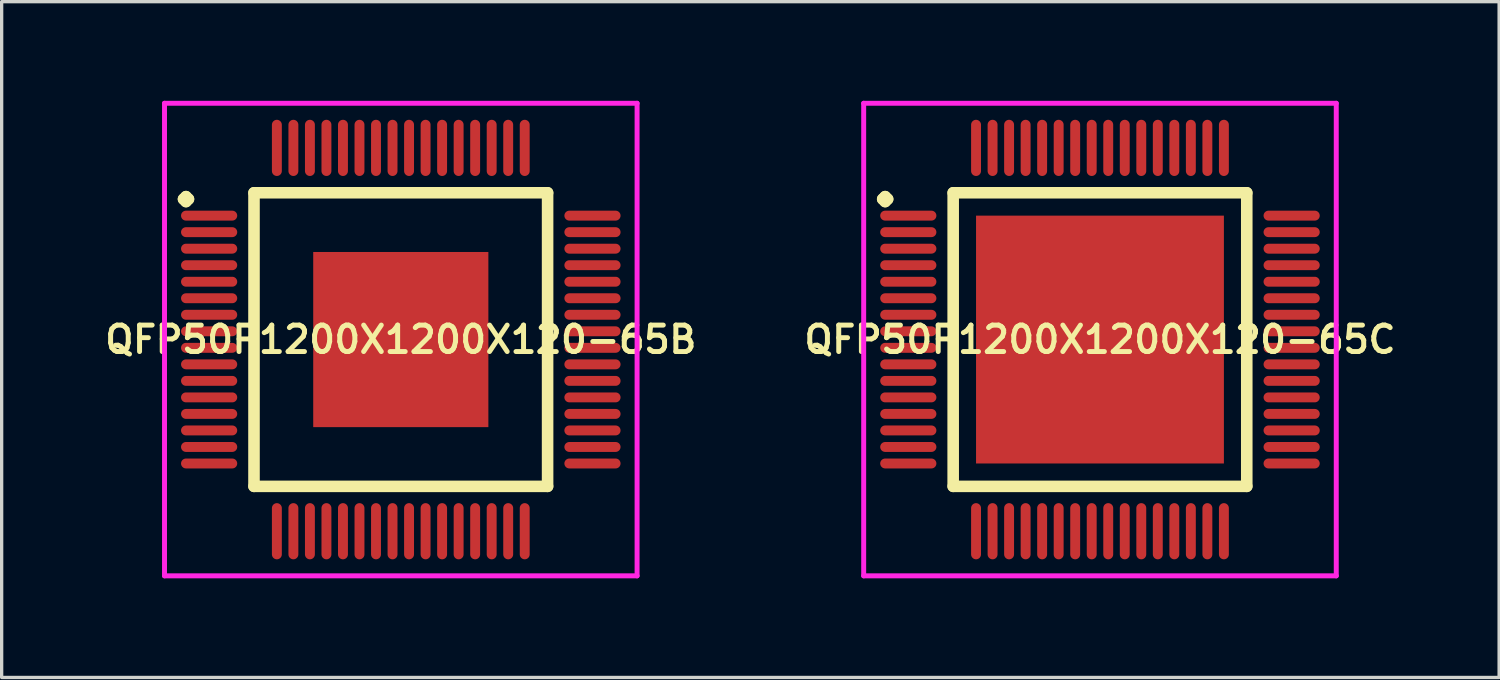
<source format=kicad_pcb>
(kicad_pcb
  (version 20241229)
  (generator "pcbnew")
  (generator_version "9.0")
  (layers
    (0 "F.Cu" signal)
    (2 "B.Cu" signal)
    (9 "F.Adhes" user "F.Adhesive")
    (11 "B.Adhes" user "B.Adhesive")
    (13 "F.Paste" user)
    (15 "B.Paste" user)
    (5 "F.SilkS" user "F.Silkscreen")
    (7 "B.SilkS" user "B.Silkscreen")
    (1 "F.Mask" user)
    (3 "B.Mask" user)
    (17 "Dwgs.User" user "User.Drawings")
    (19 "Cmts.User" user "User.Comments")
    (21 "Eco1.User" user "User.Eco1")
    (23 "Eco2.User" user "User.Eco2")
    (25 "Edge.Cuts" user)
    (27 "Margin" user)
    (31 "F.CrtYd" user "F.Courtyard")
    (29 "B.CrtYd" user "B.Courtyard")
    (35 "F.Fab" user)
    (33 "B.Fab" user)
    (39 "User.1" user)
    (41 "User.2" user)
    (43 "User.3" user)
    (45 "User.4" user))
  (footprint "QFP50P1200X1200X120-65B"
    (layer "F.Cu")
    (at 9.078 7.225)
    (property "Reference" "QFP50P1200X1200X120-65B" (at 0 0 0) (layer "F.SilkS") (effects (font (size 0.8 0.8) (thickness 0.15))))
    (attr smd)
    (fp_line (start -6.575 -4.25) (end -6.5 -4.325) (stroke (width 0.35) (type solid)) (layer "F.SilkS"))
    (fp_line (start -6.5 -4.325) (end -6.425 -4.25) (stroke (width 0.35) (type solid)) (layer "F.SilkS"))
    (fp_line (start -6.5 -4.175) (end -6.575 -4.25) (stroke (width 0.35) (type solid)) (layer "F.SilkS"))
    (fp_line (start -6.425 -4.25) (end -6.5 -4.175) (stroke (width 0.35) (type solid)) (layer "F.SilkS"))
    (fp_line (start -4.442 -4.442) (end -4.442 4.442) (stroke (width 0.35) (type solid)) (layer "F.SilkS"))
    (fp_line (start -4.442 4.442) (end 4.442 4.442) (stroke (width 0.35) (type solid)) (layer "F.SilkS"))
    (fp_line (start 4.442 -4.442) (end -4.442 -4.442) (stroke (width 0.35) (type solid)) (layer "F.SilkS"))
    (fp_line (start 4.442 4.442) (end 4.442 -4.442) (stroke (width 0.35) (type solid)) (layer "F.SilkS"))
    (fp_line (start -7.15 -7.15) (end 7.15 -7.15) (stroke (width 0.15) (type solid)) (layer "F.CrtYd"))
    (fp_line (start -7.15 7.15) (end -7.15 -7.15) (stroke (width 0.15) (type solid)) (layer "F.CrtYd"))
    (fp_line (start 7.15 -7.15) (end 7.15 7.15) (stroke (width 0.15) (type solid)) (layer "F.CrtYd"))
    (fp_line (start 7.15 7.15) (end -7.15 7.15) (stroke (width 0.15) (type solid)) (layer "F.CrtYd"))
    (pad "1" smd oval (at -5.8 -3.75) (size 1.7 0.3) (layers "F.Cu" "F.Mask" "F.Paste"))
    (pad "2" smd oval (at -5.8 -3.25) (size 1.7 0.3) (layers "F.Cu" "F.Mask" "F.Paste"))
    (pad "3" smd oval (at -5.8 -2.75) (size 1.7 0.3) (layers "F.Cu" "F.Mask" "F.Paste"))
    (pad "4" smd oval (at -5.8 -2.25) (size 1.7 0.3) (layers "F.Cu" "F.Mask" "F.Paste"))
    (pad "5" smd oval (at -5.8 -1.75) (size 1.7 0.3) (layers "F.Cu" "F.Mask" "F.Paste"))
    (pad "6" smd oval (at -5.8 -1.25) (size 1.7 0.3) (layers "F.Cu" "F.Mask" "F.Paste"))
    (pad "7" smd oval (at -5.8 -0.75) (size 1.7 0.3) (layers "F.Cu" "F.Mask" "F.Paste"))
    (pad "8" smd oval (at -5.8 -0.25) (size 1.7 0.3) (layers "F.Cu" "F.Mask" "F.Paste"))
    (pad "9" smd oval (at -5.8 0.25) (size 1.7 0.3) (layers "F.Cu" "F.Mask" "F.Paste"))
    (pad "10" smd oval (at -5.8 0.75) (size 1.7 0.3) (layers "F.Cu" "F.Mask" "F.Paste"))
    (pad "11" smd oval (at -5.8 1.25) (size 1.7 0.3) (layers "F.Cu" "F.Mask" "F.Paste"))
    (pad "12" smd oval (at -5.8 1.75) (size 1.7 0.3) (layers "F.Cu" "F.Mask" "F.Paste"))
    (pad "13" smd oval (at -5.8 2.25) (size 1.7 0.3) (layers "F.Cu" "F.Mask" "F.Paste"))
    (pad "14" smd oval (at -5.8 2.75) (size 1.7 0.3) (layers "F.Cu" "F.Mask" "F.Paste"))
    (pad "15" smd oval (at -5.8 3.25) (size 1.7 0.3) (layers "F.Cu" "F.Mask" "F.Paste"))
    (pad "16" smd oval (at -5.8 3.75) (size 1.7 0.3) (layers "F.Cu" "F.Mask" "F.Paste"))
    (pad "17" smd oval (at -3.75 5.8) (size 0.3 1.7) (layers "F.Cu" "F.Mask" "F.Paste"))
    (pad "18" smd oval (at -3.25 5.8) (size 0.3 1.7) (layers "F.Cu" "F.Mask" "F.Paste"))
    (pad "19" smd oval (at -2.75 5.8) (size 0.3 1.7) (layers "F.Cu" "F.Mask" "F.Paste"))
    (pad "20" smd oval (at -2.25 5.8) (size 0.3 1.7) (layers "F.Cu" "F.Mask" "F.Paste"))
    (pad "21" smd oval (at -1.75 5.8) (size 0.3 1.7) (layers "F.Cu" "F.Mask" "F.Paste"))
    (pad "22" smd oval (at -1.25 5.8) (size 0.3 1.7) (layers "F.Cu" "F.Mask" "F.Paste"))
    (pad "23" smd oval (at -0.75 5.8) (size 0.3 1.7) (layers "F.Cu" "F.Mask" "F.Paste"))
    (pad "24" smd oval (at -0.25 5.8) (size 0.3 1.7) (layers "F.Cu" "F.Mask" "F.Paste"))
    (pad "25" smd oval (at 0.25 5.8) (size 0.3 1.7) (layers "F.Cu" "F.Mask" "F.Paste"))
    (pad "26" smd oval (at 0.75 5.8) (size 0.3 1.7) (layers "F.Cu" "F.Mask" "F.Paste"))
    (pad "27" smd oval (at 1.25 5.8) (size 0.3 1.7) (layers "F.Cu" "F.Mask" "F.Paste"))
    (pad "28" smd oval (at 1.75 5.8) (size 0.3 1.7) (layers "F.Cu" "F.Mask" "F.Paste"))
    (pad "29" smd oval (at 2.25 5.8) (size 0.3 1.7) (layers "F.Cu" "F.Mask" "F.Paste"))
    (pad "30" smd oval (at 2.75 5.8) (size 0.3 1.7) (layers "F.Cu" "F.Mask" "F.Paste"))
    (pad "31" smd oval (at 3.25 5.8) (size 0.3 1.7) (layers "F.Cu" "F.Mask" "F.Paste"))
    (pad "32" smd oval (at 3.75 5.8) (size 0.3 1.7) (layers "F.Cu" "F.Mask" "F.Paste"))
    (pad "33" smd oval (at 5.8 3.75) (size 1.7 0.3) (layers "F.Cu" "F.Mask" "F.Paste"))
    (pad "34" smd oval (at 5.8 3.25) (size 1.7 0.3) (layers "F.Cu" "F.Mask" "F.Paste"))
    (pad "35" smd oval (at 5.8 2.75) (size 1.7 0.3) (layers "F.Cu" "F.Mask" "F.Paste"))
    (pad "36" smd oval (at 5.8 2.25) (size 1.7 0.3) (layers "F.Cu" "F.Mask" "F.Paste"))
    (pad "37" smd oval (at 5.8 1.75) (size 1.7 0.3) (layers "F.Cu" "F.Mask" "F.Paste"))
    (pad "38" smd oval (at 5.8 1.25) (size 1.7 0.3) (layers "F.Cu" "F.Mask" "F.Paste"))
    (pad "39" smd oval (at 5.8 0.75) (size 1.7 0.3) (layers "F.Cu" "F.Mask" "F.Paste"))
    (pad "40" smd oval (at 5.8 0.25) (size 1.7 0.3) (layers "F.Cu" "F.Mask" "F.Paste"))
    (pad "41" smd oval (at 5.8 -0.25) (size 1.7 0.3) (layers "F.Cu" "F.Mask" "F.Paste"))
    (pad "42" smd oval (at 5.8 -0.75) (size 1.7 0.3) (layers "F.Cu" "F.Mask" "F.Paste"))
    (pad "43" smd oval (at 5.8 -1.25) (size 1.7 0.3) (layers "F.Cu" "F.Mask" "F.Paste"))
    (pad "44" smd oval (at 5.8 -1.75) (size 1.7 0.3) (layers "F.Cu" "F.Mask" "F.Paste"))
    (pad "45" smd oval (at 5.8 -2.25) (size 1.7 0.3) (layers "F.Cu" "F.Mask" "F.Paste"))
    (pad "46" smd oval (at 5.8 -2.75) (size 1.7 0.3) (layers "F.Cu" "F.Mask" "F.Paste"))
    (pad "47" smd oval (at 5.8 -3.25) (size 1.7 0.3) (layers "F.Cu" "F.Mask" "F.Paste"))
    (pad "48" smd oval (at 5.8 -3.75) (size 1.7 0.3) (layers "F.Cu" "F.Mask" "F.Paste"))
    (pad "49" smd oval (at 3.75 -5.8) (size 0.3 1.7) (layers "F.Cu" "F.Mask" "F.Paste"))
    (pad "50" smd oval (at 3.25 -5.8) (size 0.3 1.7) (layers "F.Cu" "F.Mask" "F.Paste"))
    (pad "51" smd oval (at 2.75 -5.8) (size 0.3 1.7) (layers "F.Cu" "F.Mask" "F.Paste"))
    (pad "52" smd oval (at 2.25 -5.8) (size 0.3 1.7) (layers "F.Cu" "F.Mask" "F.Paste"))
    (pad "53" smd oval (at 1.75 -5.8) (size 0.3 1.7) (layers "F.Cu" "F.Mask" "F.Paste"))
    (pad "54" smd oval (at 1.25 -5.8) (size 0.3 1.7) (layers "F.Cu" "F.Mask" "F.Paste"))
    (pad "55" smd oval (at 0.75 -5.8) (size 0.3 1.7) (layers "F.Cu" "F.Mask" "F.Paste"))
    (pad "56" smd oval (at 0.25 -5.8) (size 0.3 1.7) (layers "F.Cu" "F.Mask" "F.Paste"))
    (pad "57" smd oval (at -0.25 -5.8) (size 0.3 1.7) (layers "F.Cu" "F.Mask" "F.Paste"))
    (pad "58" smd oval (at -0.75 -5.8) (size 0.3 1.7) (layers "F.Cu" "F.Mask" "F.Paste"))
    (pad "59" smd oval (at -1.25 -5.8) (size 0.3 1.7) (layers "F.Cu" "F.Mask" "F.Paste"))
    (pad "60" smd oval (at -1.75 -5.8) (size 0.3 1.7) (layers "F.Cu" "F.Mask" "F.Paste"))
    (pad "61" smd oval (at -2.25 -5.8) (size 0.3 1.7) (layers "F.Cu" "F.Mask" "F.Paste"))
    (pad "62" smd oval (at -2.75 -5.8) (size 0.3 1.7) (layers "F.Cu" "F.Mask" "F.Paste"))
    (pad "63" smd oval (at -3.25 -5.8) (size 0.3 1.7) (layers "F.Cu" "F.Mask" "F.Paste"))
    (pad "64" smd oval (at -3.75 -5.8) (size 0.3 1.7) (layers "F.Cu" "F.Mask" "F.Paste"))
    (pad "65" smd rect (at 0 0) (size 5.3 5.3) (layers "F.Cu" "F.Mask" "F.Paste")))
  (footprint "QFP50P1200X1200X120-65C"
    (layer "F.Cu")
    (at 30.235 7.225)
    (property "Reference" "QFP50P1200X1200X120-65C" (at 0 0 0) (layer "F.SilkS") (effects (font (size 0.8 0.8) (thickness 0.15))))
    (attr through_hole)
    (fp_line (start -6.575 -4.25) (end -6.5 -4.325) (stroke (width 0.35) (type solid)) (layer "F.SilkS"))
    (fp_line (start -6.5 -4.325) (end -6.425 -4.25) (stroke (width 0.35) (type solid)) (layer "F.SilkS"))
    (fp_line (start -6.5 -4.175) (end -6.575 -4.25) (stroke (width 0.35) (type solid)) (layer "F.SilkS"))
    (fp_line (start -6.425 -4.25) (end -6.5 -4.175) (stroke (width 0.35) (type solid)) (layer "F.SilkS"))
    (fp_line (start -4.442 -4.442) (end -4.442 4.442) (stroke (width 0.35) (type solid)) (layer "F.SilkS"))
    (fp_line (start -4.442 4.442) (end 4.442 4.442) (stroke (width 0.35) (type solid)) (layer "F.SilkS"))
    (fp_line (start 4.442 -4.442) (end -4.442 -4.442) (stroke (width 0.35) (type solid)) (layer "F.SilkS"))
    (fp_line (start 4.442 4.442) (end 4.442 -4.442) (stroke (width 0.35) (type solid)) (layer "F.SilkS"))
    (fp_line (start -7.15 -7.15) (end 7.15 -7.15) (stroke (width 0.15) (type solid)) (layer "F.CrtYd"))
    (fp_line (start -7.15 7.15) (end -7.15 -7.15) (stroke (width 0.15) (type solid)) (layer "F.CrtYd"))
    (fp_line (start 7.15 -7.15) (end 7.15 7.15) (stroke (width 0.15) (type solid)) (layer "F.CrtYd"))
    (fp_line (start 7.15 7.15) (end -7.15 7.15) (stroke (width 0.15) (type solid)) (layer "F.CrtYd"))
    (pad "1" smd oval (at -5.8 -3.75) (size 1.7 0.3) (layers "F.Cu" "F.Mask" "F.Paste"))
    (pad "2" smd oval (at -5.8 -3.25) (size 1.7 0.3) (layers "F.Cu" "F.Mask" "F.Paste"))
    (pad "3" smd oval (at -5.8 -2.75) (size 1.7 0.3) (layers "F.Cu" "F.Mask" "F.Paste"))
    (pad "4" smd oval (at -5.8 -2.25) (size 1.7 0.3) (layers "F.Cu" "F.Mask" "F.Paste"))
    (pad "5" smd oval (at -5.8 -1.75) (size 1.7 0.3) (layers "F.Cu" "F.Mask" "F.Paste"))
    (pad "6" smd oval (at -5.8 -1.25) (size 1.7 0.3) (layers "F.Cu" "F.Mask" "F.Paste"))
    (pad "7" smd oval (at -5.8 -0.75) (size 1.7 0.3) (layers "F.Cu" "F.Mask" "F.Paste"))
    (pad "8" smd oval (at -5.8 -0.25) (size 1.7 0.3) (layers "F.Cu" "F.Mask" "F.Paste"))
    (pad "9" smd oval (at -5.8 0.25) (size 1.7 0.3) (layers "F.Cu" "F.Mask" "F.Paste"))
    (pad "10" smd oval (at -5.8 0.75) (size 1.7 0.3) (layers "F.Cu" "F.Mask" "F.Paste"))
    (pad "11" smd oval (at -5.8 1.25) (size 1.7 0.3) (layers "F.Cu" "F.Mask" "F.Paste"))
    (pad "12" smd oval (at -5.8 1.75) (size 1.7 0.3) (layers "F.Cu" "F.Mask" "F.Paste"))
    (pad "13" smd oval (at -5.8 2.25) (size 1.7 0.3) (layers "F.Cu" "F.Mask" "F.Paste"))
    (pad "14" smd oval (at -5.8 2.75) (size 1.7 0.3) (layers "F.Cu" "F.Mask" "F.Paste"))
    (pad "15" smd oval (at -5.8 3.25) (size 1.7 0.3) (layers "F.Cu" "F.Mask" "F.Paste"))
    (pad "16" smd oval (at -5.8 3.75) (size 1.7 0.3) (layers "F.Cu" "F.Mask" "F.Paste"))
    (pad "17" smd oval (at -3.75 5.8) (size 0.3 1.7) (layers "F.Cu" "F.Mask" "F.Paste"))
    (pad "18" smd oval (at -3.25 5.8) (size 0.3 1.7) (layers "F.Cu" "F.Mask" "F.Paste"))
    (pad "19" smd oval (at -2.75 5.8) (size 0.3 1.7) (layers "F.Cu" "F.Mask" "F.Paste"))
    (pad "20" smd oval (at -2.25 5.8) (size 0.3 1.7) (layers "F.Cu" "F.Mask" "F.Paste"))
    (pad "21" smd oval (at -1.75 5.8) (size 0.3 1.7) (layers "F.Cu" "F.Mask" "F.Paste"))
    (pad "22" smd oval (at -1.25 5.8) (size 0.3 1.7) (layers "F.Cu" "F.Mask" "F.Paste"))
    (pad "23" smd oval (at -0.75 5.8) (size 0.3 1.7) (layers "F.Cu" "F.Mask" "F.Paste"))
    (pad "24" smd oval (at -0.25 5.8) (size 0.3 1.7) (layers "F.Cu" "F.Mask" "F.Paste"))
    (pad "25" smd oval (at 0.25 5.8) (size 0.3 1.7) (layers "F.Cu" "F.Mask" "F.Paste"))
    (pad "26" smd oval (at 0.75 5.8) (size 0.3 1.7) (layers "F.Cu" "F.Mask" "F.Paste"))
    (pad "27" smd oval (at 1.25 5.8) (size 0.3 1.7) (layers "F.Cu" "F.Mask" "F.Paste"))
    (pad "28" smd oval (at 1.75 5.8) (size 0.3 1.7) (layers "F.Cu" "F.Mask" "F.Paste"))
    (pad "29" smd oval (at 2.25 5.8) (size 0.3 1.7) (layers "F.Cu" "F.Mask" "F.Paste"))
    (pad "30" smd oval (at 2.75 5.8) (size 0.3 1.7) (layers "F.Cu" "F.Mask" "F.Paste"))
    (pad "31" smd oval (at 3.25 5.8) (size 0.3 1.7) (layers "F.Cu" "F.Mask" "F.Paste"))
    (pad "32" smd oval (at 3.75 5.8) (size 0.3 1.7) (layers "F.Cu" "F.Mask" "F.Paste"))
    (pad "33" smd oval (at 5.8 3.75) (size 1.7 0.3) (layers "F.Cu" "F.Mask" "F.Paste"))
    (pad "34" smd oval (at 5.8 3.25) (size 1.7 0.3) (layers "F.Cu" "F.Mask" "F.Paste"))
    (pad "35" smd oval (at 5.8 2.75) (size 1.7 0.3) (layers "F.Cu" "F.Mask" "F.Paste"))
    (pad "36" smd oval (at 5.8 2.25) (size 1.7 0.3) (layers "F.Cu" "F.Mask" "F.Paste"))
    (pad "37" smd oval (at 5.8 1.75) (size 1.7 0.3) (layers "F.Cu" "F.Mask" "F.Paste"))
    (pad "38" smd oval (at 5.8 1.25) (size 1.7 0.3) (layers "F.Cu" "F.Mask" "F.Paste"))
    (pad "39" smd oval (at 5.8 0.75) (size 1.7 0.3) (layers "F.Cu" "F.Mask" "F.Paste"))
    (pad "40" smd oval (at 5.8 0.25) (size 1.7 0.3) (layers "F.Cu" "F.Mask" "F.Paste"))
    (pad "41" smd oval (at 5.8 -0.25) (size 1.7 0.3) (layers "F.Cu" "F.Mask" "F.Paste"))
    (pad "42" smd oval (at 5.8 -0.75) (size 1.7 0.3) (layers "F.Cu" "F.Mask" "F.Paste"))
    (pad "43" smd oval (at 5.8 -1.25) (size 1.7 0.3) (layers "F.Cu" "F.Mask" "F.Paste"))
    (pad "44" smd oval (at 5.8 -1.75) (size 1.7 0.3) (layers "F.Cu" "F.Mask" "F.Paste"))
    (pad "45" smd oval (at 5.8 -2.25) (size 1.7 0.3) (layers "F.Cu" "F.Mask" "F.Paste"))
    (pad "46" smd oval (at 5.8 -2.75) (size 1.7 0.3) (layers "F.Cu" "F.Mask" "F.Paste"))
    (pad "47" smd oval (at 5.8 -3.25) (size 1.7 0.3) (layers "F.Cu" "F.Mask" "F.Paste"))
    (pad "48" smd oval (at 5.8 -3.75) (size 1.7 0.3) (layers "F.Cu" "F.Mask" "F.Paste"))
    (pad "49" smd oval (at 3.75 -5.8) (size 0.3 1.7) (layers "F.Cu" "F.Mask" "F.Paste"))
    (pad "50" smd oval (at 3.25 -5.8) (size 0.3 1.7) (layers "F.Cu" "F.Mask" "F.Paste"))
    (pad "51" smd oval (at 2.75 -5.8) (size 0.3 1.7) (layers "F.Cu" "F.Mask" "F.Paste"))
    (pad "52" smd oval (at 2.25 -5.8) (size 0.3 1.7) (layers "F.Cu" "F.Mask" "F.Paste"))
    (pad "53" smd oval (at 1.75 -5.8) (size 0.3 1.7) (layers "F.Cu" "F.Mask" "F.Paste"))
    (pad "54" smd oval (at 1.25 -5.8) (size 0.3 1.7) (layers "F.Cu" "F.Mask" "F.Paste"))
    (pad "55" smd oval (at 0.75 -5.8) (size 0.3 1.7) (layers "F.Cu" "F.Mask" "F.Paste"))
    (pad "56" smd oval (at 0.25 -5.8) (size 0.3 1.7) (layers "F.Cu" "F.Mask" "F.Paste"))
    (pad "57" smd oval (at -0.25 -5.8) (size 0.3 1.7) (layers "F.Cu" "F.Mask" "F.Paste"))
    (pad "58" smd oval (at -0.75 -5.8) (size 0.3 1.7) (layers "F.Cu" "F.Mask" "F.Paste"))
    (pad "59" smd oval (at -1.25 -5.8) (size 0.3 1.7) (layers "F.Cu" "F.Mask" "F.Paste"))
    (pad "60" smd oval (at -1.75 -5.8) (size 0.3 1.7) (layers "F.Cu" "F.Mask" "F.Paste"))
    (pad "61" smd oval (at -2.25 -5.8) (size 0.3 1.7) (layers "F.Cu" "F.Mask" "F.Paste"))
    (pad "62" smd oval (at -2.75 -5.8) (size 0.3 1.7) (layers "F.Cu" "F.Mask" "F.Paste"))
    (pad "63" smd oval (at -3.25 -5.8) (size 0.3 1.7) (layers "F.Cu" "F.Mask" "F.Paste"))
    (pad "64" smd oval (at -3.75 -5.8) (size 0.3 1.7) (layers "F.Cu" "F.Mask" "F.Paste"))
    (pad "65" smd rect (at 0 0) (size 7.5 7.5) (layers "F.Cu" "F.Mask" "F.Paste")))
  (gr_rect
    (start -3 -3)
    (end 42.313 17.45)
    (stroke (width 0.1) (type default))
    (fill no)
    (layer "Edge.Cuts")))
</source>
